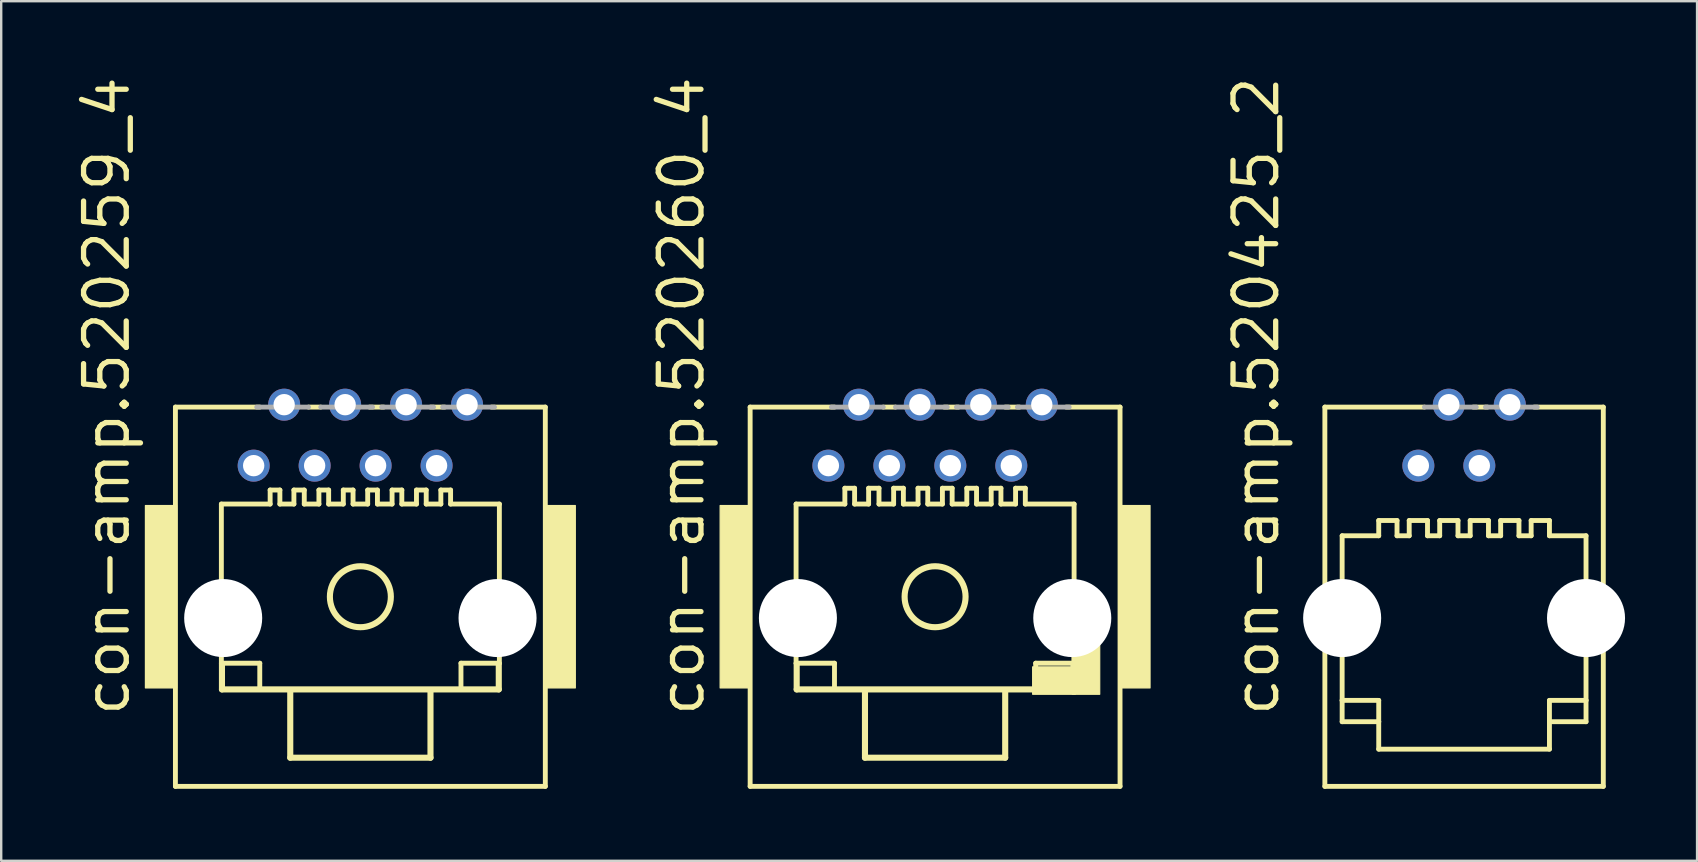
<source format=kicad_pcb>
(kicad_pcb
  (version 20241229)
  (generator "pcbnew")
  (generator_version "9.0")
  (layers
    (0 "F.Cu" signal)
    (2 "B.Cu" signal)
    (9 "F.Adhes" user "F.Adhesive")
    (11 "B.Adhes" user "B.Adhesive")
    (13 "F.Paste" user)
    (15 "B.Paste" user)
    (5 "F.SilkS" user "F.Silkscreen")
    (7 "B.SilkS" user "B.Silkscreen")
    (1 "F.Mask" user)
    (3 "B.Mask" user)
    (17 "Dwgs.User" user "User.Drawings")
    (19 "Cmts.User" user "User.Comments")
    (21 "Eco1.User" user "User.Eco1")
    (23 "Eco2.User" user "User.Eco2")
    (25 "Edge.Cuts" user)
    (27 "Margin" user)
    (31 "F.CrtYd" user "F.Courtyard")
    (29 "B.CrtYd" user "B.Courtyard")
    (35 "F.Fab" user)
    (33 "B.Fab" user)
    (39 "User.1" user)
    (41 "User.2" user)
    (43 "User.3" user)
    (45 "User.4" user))
  (footprint "con-amp.520425_2"
    (layer "F.Cu")
    (at 57.944 21.81)
    (property "Reference" "con-amp.520425_2" (at -7.62 5.08 90) (layer "F.SilkS") (effects (font (size 1.778 1.778) (thickness 0.22)) (justify left bottom)))
    (attr through_hole)
    (fp_line (start -5.8 -7.9) (end -5.8 7.9) (stroke (width 0.203) (type default)) (layer "F.SilkS"))
    (fp_line (start -5.8 7.9) (end 5.8 7.9) (stroke (width 0.203) (type default)) (layer "F.SilkS"))
    (fp_line (start -5.08 -2.54) (end -5.08 4.318) (stroke (width 0.203) (type default)) (layer "F.SilkS"))
    (fp_line (start -5.08 4.318) (end -5.08 5.207) (stroke (width 0.203) (type default)) (layer "F.SilkS"))
    (fp_line (start -5.08 4.318) (end -3.556 4.318) (stroke (width 0.203) (type default)) (layer "F.SilkS"))
    (fp_line (start -5.08 5.207) (end -3.556 5.207) (stroke (width 0.203) (type default)) (layer "F.SilkS"))
    (fp_line (start -3.556 -3.175) (end -3.556 -2.54) (stroke (width 0.203) (type default)) (layer "F.SilkS"))
    (fp_line (start -3.556 -3.175) (end -2.794 -3.175) (stroke (width 0.203) (type default)) (layer "F.SilkS"))
    (fp_line (start -3.556 -2.54) (end -5.08 -2.54) (stroke (width 0.203) (type default)) (layer "F.SilkS"))
    (fp_line (start -3.556 4.318) (end -3.556 5.207) (stroke (width 0.203) (type default)) (layer "F.SilkS"))
    (fp_line (start -3.556 5.207) (end -3.556 6.35) (stroke (width 0.203) (type default)) (layer "F.SilkS"))
    (fp_line (start -3.556 6.35) (end 3.556 6.35) (stroke (width 0.203) (type default)) (layer "F.SilkS"))
    (fp_line (start -2.794 -3.175) (end -2.794 -2.54) (stroke (width 0.203) (type default)) (layer "F.SilkS"))
    (fp_line (start -2.286 -3.175) (end -2.286 -2.54) (stroke (width 0.203) (type default)) (layer "F.SilkS"))
    (fp_line (start -2.286 -3.175) (end -1.524 -3.175) (stroke (width 0.203) (type default)) (layer "F.SilkS"))
    (fp_line (start -2.286 -2.54) (end -2.794 -2.54) (stroke (width 0.203) (type default)) (layer "F.SilkS"))
    (fp_line (start -1.651 -7.9) (end -5.8 -7.9) (stroke (width 0.203) (type default)) (layer "F.SilkS"))
    (fp_line (start -1.524 -3.175) (end -1.524 -2.54) (stroke (width 0.203) (type default)) (layer "F.SilkS"))
    (fp_line (start -1.016 -3.175) (end -1.016 -2.54) (stroke (width 0.203) (type default)) (layer "F.SilkS"))
    (fp_line (start -1.016 -3.175) (end -0.254 -3.175) (stroke (width 0.203) (type default)) (layer "F.SilkS"))
    (fp_line (start -1.016 -2.54) (end -1.524 -2.54) (stroke (width 0.203) (type default)) (layer "F.SilkS"))
    (fp_line (start -0.254 -3.175) (end -0.254 -2.54) (stroke (width 0.203) (type default)) (layer "F.SilkS"))
    (fp_line (start 0.254 -3.175) (end 0.254 -2.54) (stroke (width 0.203) (type default)) (layer "F.SilkS"))
    (fp_line (start 0.254 -3.175) (end 1.016 -3.175) (stroke (width 0.203) (type default)) (layer "F.SilkS"))
    (fp_line (start 0.254 -2.54) (end -0.254 -2.54) (stroke (width 0.203) (type default)) (layer "F.SilkS"))
    (fp_line (start 0.974 -7.9) (end 0.381 -7.9) (stroke (width 0.203) (type default)) (layer "F.SilkS"))
    (fp_line (start 1.016 -3.175) (end 1.016 -2.54) (stroke (width 0.203) (type default)) (layer "F.SilkS"))
    (fp_line (start 1.524 -3.175) (end 1.524 -2.54) (stroke (width 0.203) (type default)) (layer "F.SilkS"))
    (fp_line (start 1.524 -3.175) (end 2.286 -3.175) (stroke (width 0.203) (type default)) (layer "F.SilkS"))
    (fp_line (start 1.524 -2.54) (end 1.016 -2.54) (stroke (width 0.203) (type default)) (layer "F.SilkS"))
    (fp_line (start 2.286 -3.175) (end 2.286 -2.54) (stroke (width 0.203) (type default)) (layer "F.SilkS"))
    (fp_line (start 2.794 -3.175) (end 2.794 -2.54) (stroke (width 0.203) (type default)) (layer "F.SilkS"))
    (fp_line (start 2.794 -3.175) (end 3.556 -3.175) (stroke (width 0.203) (type default)) (layer "F.SilkS"))
    (fp_line (start 2.794 -2.54) (end 2.286 -2.54) (stroke (width 0.203) (type default)) (layer "F.SilkS"))
    (fp_line (start 3.556 -3.175) (end 3.556 -2.54) (stroke (width 0.203) (type default)) (layer "F.SilkS"))
    (fp_line (start 3.556 4.318) (end 3.556 5.207) (stroke (width 0.203) (type default)) (layer "F.SilkS"))
    (fp_line (start 3.556 5.207) (end 3.556 6.35) (stroke (width 0.203) (type default)) (layer "F.SilkS"))
    (fp_line (start 5.08 -2.54) (end 3.556 -2.54) (stroke (width 0.203) (type default)) (layer "F.SilkS"))
    (fp_line (start 5.08 4.318) (end 3.556 4.318) (stroke (width 0.203) (type default)) (layer "F.SilkS"))
    (fp_line (start 5.08 4.318) (end 5.08 -2.54) (stroke (width 0.203) (type default)) (layer "F.SilkS"))
    (fp_line (start 5.08 5.207) (end 3.556 5.207) (stroke (width 0.203) (type default)) (layer "F.SilkS"))
    (fp_line (start 5.08 5.207) (end 5.08 4.318) (stroke (width 0.203) (type default)) (layer "F.SilkS"))
    (fp_line (start 5.8 -7.9) (end 2.921 -7.9) (stroke (width 0.203) (type default)) (layer "F.SilkS"))
    (fp_line (start 5.8 7.9) (end 5.8 -7.9) (stroke (width 0.203) (type default)) (layer "F.SilkS"))
    (fp_line (start 0.508 -7.9) (end -1.651 -7.9) (stroke (width 0.203) (type default)) (layer "F.Fab"))
    (fp_line (start 3.048 -7.9) (end 0.889 -7.9) (stroke (width 0.203) (type default)) (layer "F.Fab"))
    (pad "" np_thru_hole circle (at -5.08 0.889) (size 3.251 3.251) (drill 3.251) (layers "*.Cu" "*.Mask"))
    (pad "" np_thru_hole circle (at 5.08 0.889) (size 3.251 3.251) (drill 3.251) (layers "*.Cu" "*.Mask"))
    (pad "1" thru_hole circle (at -1.905 -5.461) (size 1.333 1.333) (drill 0.889) (layers "*.Cu" "*.Mask"))
    (pad "2" thru_hole circle (at -0.635 -8.001) (size 1.333 1.333) (drill 0.889) (layers "*.Cu" "*.Mask"))
    (pad "3" thru_hole circle (at 0.635 -5.461) (size 1.333 1.333) (drill 0.889) (layers "*.Cu" "*.Mask"))
    (pad "4" thru_hole circle (at 1.905 -8.001) (size 1.333 1.333) (drill 0.889) (layers "*.Cu" "*.Mask")))
  (footprint "con-amp.520259_4"
    (layer "F.Cu")
    (at 11.963 21.81)
    (property "Reference" "con-amp.520259_4" (at -9.525 5.08 90) (layer "F.SilkS") (effects (font (size 1.778 1.778) (thickness 0.22)) (justify left bottom)))
    (attr through_hole)
    (fp_line (start -7.705 -7.9) (end -7.705 7.9) (stroke (width 0.203) (type default)) (layer "F.SilkS"))
    (fp_line (start -7.705 7.9) (end 7.705 7.9) (stroke (width 0.203) (type default)) (layer "F.SilkS"))
    (fp_line (start -5.791 -3.861) (end -5.791 2.769) (stroke (width 0.203) (type default)) (layer "F.SilkS"))
    (fp_line (start -5.791 2.769) (end -4.191 2.769) (stroke (width 0.203) (type default)) (layer "F.SilkS"))
    (fp_line (start -5.766 3.861) (end -5.766 2.794) (stroke (width 0.254) (type default)) (layer "F.SilkS"))
    (fp_line (start -4.191 -7.9) (end -7.705 -7.9) (stroke (width 0.203) (type default)) (layer "F.SilkS"))
    (fp_line (start -4.191 2.769) (end -4.191 3.861) (stroke (width 0.203) (type default)) (layer "F.SilkS"))
    (fp_line (start -3.759 -4.445) (end -3.759 -3.861) (stroke (width 0.203) (type default)) (layer "F.SilkS"))
    (fp_line (start -3.759 -4.445) (end -3.353 -4.445) (stroke (width 0.203) (type default)) (layer "F.SilkS"))
    (fp_line (start -3.759 -3.861) (end -5.791 -3.861) (stroke (width 0.203) (type default)) (layer "F.SilkS"))
    (fp_line (start -3.353 -4.445) (end -3.353 -3.861) (stroke (width 0.203) (type default)) (layer "F.SilkS"))
    (fp_line (start -2.921 3.912) (end -2.921 6.706) (stroke (width 0.254) (type default)) (layer "F.SilkS"))
    (fp_line (start -2.921 6.706) (end 2.921 6.706) (stroke (width 0.254) (type default)) (layer "F.SilkS"))
    (fp_line (start -2.769 -4.445) (end -2.769 -3.861) (stroke (width 0.203) (type default)) (layer "F.SilkS"))
    (fp_line (start -2.769 -4.445) (end -2.337 -4.445) (stroke (width 0.203) (type default)) (layer "F.SilkS"))
    (fp_line (start -2.769 -3.861) (end -3.353 -3.861) (stroke (width 0.203) (type default)) (layer "F.SilkS"))
    (fp_line (start -2.337 -4.445) (end -2.337 -3.861) (stroke (width 0.203) (type default)) (layer "F.SilkS"))
    (fp_line (start -1.727 -4.445) (end -1.727 -3.861) (stroke (width 0.203) (type default)) (layer "F.SilkS"))
    (fp_line (start -1.727 -4.445) (end -1.321 -4.445) (stroke (width 0.203) (type default)) (layer "F.SilkS"))
    (fp_line (start -1.727 -3.861) (end -2.337 -3.861) (stroke (width 0.203) (type default)) (layer "F.SilkS"))
    (fp_line (start -1.651 -7.9) (end -2.159 -7.9) (stroke (width 0.203) (type default)) (layer "F.SilkS"))
    (fp_line (start -1.321 -4.445) (end -1.321 -3.861) (stroke (width 0.203) (type default)) (layer "F.SilkS"))
    (fp_line (start -0.711 -4.445) (end -0.711 -3.861) (stroke (width 0.203) (type default)) (layer "F.SilkS"))
    (fp_line (start -0.711 -4.445) (end -0.305 -4.445) (stroke (width 0.203) (type default)) (layer "F.SilkS"))
    (fp_line (start -0.711 -3.861) (end -1.321 -3.861) (stroke (width 0.203) (type default)) (layer "F.SilkS"))
    (fp_line (start -0.305 -4.445) (end -0.305 -3.861) (stroke (width 0.203) (type default)) (layer "F.SilkS"))
    (fp_line (start 0.305 -4.445) (end 0.305 -3.861) (stroke (width 0.203) (type default)) (layer "F.SilkS"))
    (fp_line (start 0.305 -4.445) (end 0.711 -4.445) (stroke (width 0.203) (type default)) (layer "F.SilkS"))
    (fp_line (start 0.305 -3.861) (end -0.305 -3.861) (stroke (width 0.203) (type default)) (layer "F.SilkS"))
    (fp_line (start 0.711 -4.445) (end 0.711 -3.861) (stroke (width 0.203) (type default)) (layer "F.SilkS"))
    (fp_line (start 0.974 -7.9) (end 0.381 -7.9) (stroke (width 0.203) (type default)) (layer "F.SilkS"))
    (fp_line (start 1.321 -4.445) (end 1.321 -3.861) (stroke (width 0.203) (type default)) (layer "F.SilkS"))
    (fp_line (start 1.321 -4.445) (end 1.727 -4.445) (stroke (width 0.203) (type default)) (layer "F.SilkS"))
    (fp_line (start 1.321 -3.861) (end 0.711 -3.861) (stroke (width 0.203) (type default)) (layer "F.SilkS"))
    (fp_line (start 1.727 -4.445) (end 1.727 -3.861) (stroke (width 0.203) (type default)) (layer "F.SilkS"))
    (fp_line (start 2.337 -4.445) (end 2.337 -3.861) (stroke (width 0.203) (type default)) (layer "F.SilkS"))
    (fp_line (start 2.337 -4.445) (end 2.743 -4.445) (stroke (width 0.203) (type default)) (layer "F.SilkS"))
    (fp_line (start 2.337 -3.861) (end 1.727 -3.861) (stroke (width 0.203) (type default)) (layer "F.SilkS"))
    (fp_line (start 2.743 -4.445) (end 2.743 -3.861) (stroke (width 0.203) (type default)) (layer "F.SilkS"))
    (fp_line (start 2.921 6.706) (end 2.921 3.912) (stroke (width 0.254) (type default)) (layer "F.SilkS"))
    (fp_line (start 3.353 -4.445) (end 3.353 -3.861) (stroke (width 0.203) (type default)) (layer "F.SilkS"))
    (fp_line (start 3.353 -4.445) (end 3.759 -4.445) (stroke (width 0.203) (type default)) (layer "F.SilkS"))
    (fp_line (start 3.353 -3.861) (end 2.743 -3.861) (stroke (width 0.203) (type default)) (layer "F.SilkS"))
    (fp_line (start 3.514 -7.9) (end 2.921 -7.9) (stroke (width 0.203) (type default)) (layer "F.SilkS"))
    (fp_line (start 3.759 -4.445) (end 3.759 -3.861) (stroke (width 0.203) (type default)) (layer "F.SilkS"))
    (fp_line (start 4.191 2.769) (end 4.191 3.861) (stroke (width 0.203) (type default)) (layer "F.SilkS"))
    (fp_line (start 5.766 2.819) (end 5.766 3.861) (stroke (width 0.254) (type default)) (layer "F.SilkS"))
    (fp_line (start 5.766 3.861) (end -5.766 3.861) (stroke (width 0.254) (type default)) (layer "F.SilkS"))
    (fp_line (start 5.791 -3.861) (end 3.759 -3.861) (stroke (width 0.203) (type default)) (layer "F.SilkS"))
    (fp_line (start 5.791 -3.861) (end 5.791 2.769) (stroke (width 0.203) (type default)) (layer "F.SilkS"))
    (fp_line (start 5.791 2.769) (end 4.191 2.769) (stroke (width 0.203) (type default)) (layer "F.SilkS"))
    (fp_line (start 7.705 -7.9) (end 5.461 -7.9) (stroke (width 0.203) (type default)) (layer "F.SilkS"))
    (fp_line (start 7.705 7.9) (end 7.705 -7.9) (stroke (width 0.203) (type default)) (layer "F.SilkS"))
    (fp_rect (start -8.955 3.8) (end -7.655 -3.8) (stroke (width 0.05) (type default)) (fill yes) (layer "F.SilkS"))
    (fp_rect (start 7.655 3.8) (end 8.955 -3.8) (stroke (width 0.05) (type default)) (fill yes) (layer "F.SilkS"))
    (fp_circle (center 0 0) (end 1.27 0) (stroke (width 0.254) (type default)) (fill no) (layer "F.SilkS"))
    (fp_line (start -2.159 -7.9) (end -4.318 -7.9) (stroke (width 0.203) (type default)) (layer "F.Fab"))
    (fp_line (start 0.508 -7.9) (end -1.651 -7.9) (stroke (width 0.203) (type default)) (layer "F.Fab"))
    (fp_line (start 3.048 -7.9) (end 0.889 -7.9) (stroke (width 0.203) (type default)) (layer "F.Fab"))
    (fp_line (start 5.588 -7.9) (end 3.429 -7.9) (stroke (width 0.203) (type default)) (layer "F.Fab"))
    (pad "" np_thru_hole circle (at -5.715 0.889) (size 3.251 3.251) (drill 3.251) (layers "*.Cu" "*.Mask"))
    (pad "" np_thru_hole circle (at 5.715 0.889) (size 3.251 3.251) (drill 3.251) (layers "*.Cu" "*.Mask"))
    (pad "1" thru_hole circle (at -4.445 -5.461) (size 1.333 1.333) (drill 0.889) (layers "*.Cu" "*.Mask"))
    (pad "2" thru_hole circle (at -3.175 -8.001) (size 1.333 1.333) (drill 0.889) (layers "*.Cu" "*.Mask"))
    (pad "3" thru_hole circle (at -1.905 -5.461) (size 1.333 1.333) (drill 0.889) (layers "*.Cu" "*.Mask"))
    (pad "4" thru_hole circle (at -0.635 -8.001) (size 1.333 1.333) (drill 0.889) (layers "*.Cu" "*.Mask"))
    (pad "5" thru_hole circle (at 0.635 -5.461) (size 1.333 1.333) (drill 0.889) (layers "*.Cu" "*.Mask"))
    (pad "6" thru_hole circle (at 1.905 -8.001) (size 1.333 1.333) (drill 0.889) (layers "*.Cu" "*.Mask"))
    (pad "7" thru_hole circle (at 3.175 -5.461) (size 1.333 1.333) (drill 0.889) (layers "*.Cu" "*.Mask"))
    (pad "8" thru_hole circle (at 4.445 -8.001) (size 1.333 1.333) (drill 0.889) (layers "*.Cu" "*.Mask")))
  (footprint "con-amp.520260_4"
    (layer "F.Cu")
    (at 35.906 21.81)
    (property "Reference" "con-amp.520260_4" (at -9.525 5.08 90) (layer "F.SilkS") (effects (font (size 1.778 1.778) (thickness 0.22)) (justify left bottom)))
    (attr through_hole)
    (fp_line (start -7.705 -7.9) (end -7.705 7.9) (stroke (width 0.203) (type default)) (layer "F.SilkS"))
    (fp_line (start -7.705 7.9) (end 7.705 7.9) (stroke (width 0.203) (type default)) (layer "F.SilkS"))
    (fp_line (start -5.791 -3.861) (end -5.791 2.769) (stroke (width 0.203) (type default)) (layer "F.SilkS"))
    (fp_line (start -5.791 2.769) (end -4.191 2.769) (stroke (width 0.203) (type default)) (layer "F.SilkS"))
    (fp_line (start -5.766 3.861) (end -5.766 2.794) (stroke (width 0.254) (type default)) (layer "F.SilkS"))
    (fp_line (start -4.191 -7.9) (end -7.705 -7.9) (stroke (width 0.203) (type default)) (layer "F.SilkS"))
    (fp_line (start -4.191 2.769) (end -4.191 3.861) (stroke (width 0.203) (type default)) (layer "F.SilkS"))
    (fp_line (start -3.759 -4.521) (end -3.759 -3.861) (stroke (width 0.203) (type default)) (layer "F.SilkS"))
    (fp_line (start -3.759 -4.521) (end -3.353 -4.521) (stroke (width 0.203) (type default)) (layer "F.SilkS"))
    (fp_line (start -3.759 -3.861) (end -5.791 -3.861) (stroke (width 0.203) (type default)) (layer "F.SilkS"))
    (fp_line (start -3.353 -4.521) (end -3.353 -3.861) (stroke (width 0.203) (type default)) (layer "F.SilkS"))
    (fp_line (start -2.921 3.912) (end -2.921 6.706) (stroke (width 0.254) (type default)) (layer "F.SilkS"))
    (fp_line (start -2.921 6.706) (end 2.921 6.706) (stroke (width 0.254) (type default)) (layer "F.SilkS"))
    (fp_line (start -2.769 -4.521) (end -2.769 -3.861) (stroke (width 0.203) (type default)) (layer "F.SilkS"))
    (fp_line (start -2.769 -4.521) (end -2.337 -4.521) (stroke (width 0.203) (type default)) (layer "F.SilkS"))
    (fp_line (start -2.769 -3.861) (end -3.353 -3.861) (stroke (width 0.203) (type default)) (layer "F.SilkS"))
    (fp_line (start -2.337 -4.521) (end -2.337 -3.861) (stroke (width 0.203) (type default)) (layer "F.SilkS"))
    (fp_line (start -1.727 -4.521) (end -1.727 -3.861) (stroke (width 0.203) (type default)) (layer "F.SilkS"))
    (fp_line (start -1.727 -4.521) (end -1.321 -4.521) (stroke (width 0.203) (type default)) (layer "F.SilkS"))
    (fp_line (start -1.727 -3.861) (end -2.337 -3.861) (stroke (width 0.203) (type default)) (layer "F.SilkS"))
    (fp_line (start -1.651 -7.9) (end -2.159 -7.9) (stroke (width 0.203) (type default)) (layer "F.SilkS"))
    (fp_line (start -1.321 -4.521) (end -1.321 -3.861) (stroke (width 0.203) (type default)) (layer "F.SilkS"))
    (fp_line (start -0.711 -4.521) (end -0.711 -3.861) (stroke (width 0.203) (type default)) (layer "F.SilkS"))
    (fp_line (start -0.711 -4.521) (end -0.305 -4.521) (stroke (width 0.203) (type default)) (layer "F.SilkS"))
    (fp_line (start -0.711 -3.861) (end -1.321 -3.861) (stroke (width 0.203) (type default)) (layer "F.SilkS"))
    (fp_line (start -0.305 -4.521) (end -0.305 -3.861) (stroke (width 0.203) (type default)) (layer "F.SilkS"))
    (fp_line (start 0.305 -4.521) (end 0.305 -3.861) (stroke (width 0.203) (type default)) (layer "F.SilkS"))
    (fp_line (start 0.305 -4.521) (end 0.711 -4.521) (stroke (width 0.203) (type default)) (layer "F.SilkS"))
    (fp_line (start 0.305 -3.861) (end -0.305 -3.861) (stroke (width 0.203) (type default)) (layer "F.SilkS"))
    (fp_line (start 0.711 -4.521) (end 0.711 -3.861) (stroke (width 0.203) (type default)) (layer "F.SilkS"))
    (fp_line (start 0.974 -7.9) (end 0.381 -7.9) (stroke (width 0.203) (type default)) (layer "F.SilkS"))
    (fp_line (start 1.321 -4.521) (end 1.321 -3.861) (stroke (width 0.203) (type default)) (layer "F.SilkS"))
    (fp_line (start 1.321 -4.521) (end 1.727 -4.521) (stroke (width 0.203) (type default)) (layer "F.SilkS"))
    (fp_line (start 1.321 -3.861) (end 0.711 -3.861) (stroke (width 0.203) (type default)) (layer "F.SilkS"))
    (fp_line (start 1.727 -4.521) (end 1.727 -3.861) (stroke (width 0.203) (type default)) (layer "F.SilkS"))
    (fp_line (start 2.337 -4.521) (end 2.337 -3.861) (stroke (width 0.203) (type default)) (layer "F.SilkS"))
    (fp_line (start 2.337 -4.521) (end 2.743 -4.521) (stroke (width 0.203) (type default)) (layer "F.SilkS"))
    (fp_line (start 2.337 -3.861) (end 1.727 -3.861) (stroke (width 0.203) (type default)) (layer "F.SilkS"))
    (fp_line (start 2.743 -4.521) (end 2.743 -3.861) (stroke (width 0.203) (type default)) (layer "F.SilkS"))
    (fp_line (start 2.921 6.706) (end 2.921 3.912) (stroke (width 0.254) (type default)) (layer "F.SilkS"))
    (fp_line (start 3.353 -4.521) (end 3.353 -3.861) (stroke (width 0.203) (type default)) (layer "F.SilkS"))
    (fp_line (start 3.353 -4.521) (end 3.759 -4.521) (stroke (width 0.203) (type default)) (layer "F.SilkS"))
    (fp_line (start 3.353 -3.861) (end 2.743 -3.861) (stroke (width 0.203) (type default)) (layer "F.SilkS"))
    (fp_line (start 3.514 -7.9) (end 2.921 -7.9) (stroke (width 0.203) (type default)) (layer "F.SilkS"))
    (fp_line (start 3.759 -4.521) (end 3.759 -3.861) (stroke (width 0.203) (type default)) (layer "F.SilkS"))
    (fp_line (start 4.191 2.769) (end 4.191 3.861) (stroke (width 0.203) (type default)) (layer "F.SilkS"))
    (fp_line (start 5.766 2.819) (end 5.766 3.861) (stroke (width 0.254) (type default)) (layer "F.SilkS"))
    (fp_line (start 5.766 3.861) (end -5.766 3.861) (stroke (width 0.254) (type default)) (layer "F.SilkS"))
    (fp_line (start 5.791 -3.861) (end 3.759 -3.861) (stroke (width 0.203) (type default)) (layer "F.SilkS"))
    (fp_line (start 5.791 -3.861) (end 5.791 2.769) (stroke (width 0.203) (type default)) (layer "F.SilkS"))
    (fp_line (start 5.791 2.769) (end 4.191 2.769) (stroke (width 0.203) (type default)) (layer "F.SilkS"))
    (fp_line (start 7.705 -7.9) (end 5.461 -7.9) (stroke (width 0.203) (type default)) (layer "F.SilkS"))
    (fp_line (start 7.705 7.9) (end 7.705 -7.9) (stroke (width 0.203) (type default)) (layer "F.SilkS"))
    (fp_rect (start -8.955 3.8) (end -7.655 -3.8) (stroke (width 0.05) (type default)) (fill yes) (layer "F.SilkS"))
    (fp_rect (start 4.064 4.064) (end 5.842 2.921) (stroke (width 0.05) (type default)) (fill yes) (layer "F.SilkS"))
    (fp_rect (start 5.715 4.064) (end 6.858 1.778) (stroke (width 0.05) (type default)) (fill yes) (layer "F.SilkS"))
    (fp_rect (start 7.655 3.8) (end 8.955 -3.8) (stroke (width 0.05) (type default)) (fill yes) (layer "F.SilkS"))
    (fp_circle (center 0 0) (end 1.27 0) (stroke (width 0.254) (type default)) (fill no) (layer "F.SilkS"))
    (fp_line (start -2.159 -7.9) (end -4.318 -7.9) (stroke (width 0.203) (type default)) (layer "F.Fab"))
    (fp_line (start 0.508 -7.9) (end -1.651 -7.9) (stroke (width 0.203) (type default)) (layer "F.Fab"))
    (fp_line (start 3.048 -7.9) (end 0.889 -7.9) (stroke (width 0.203) (type default)) (layer "F.Fab"))
    (fp_line (start 5.588 -7.9) (end 3.429 -7.9) (stroke (width 0.203) (type default)) (layer "F.Fab"))
    (pad "" np_thru_hole circle (at -5.715 0.889) (size 3.251 3.251) (drill 3.251) (layers "*.Cu" "*.Mask"))
    (pad "" np_thru_hole circle (at 5.715 0.889) (size 3.251 3.251) (drill 3.251) (layers "*.Cu" "*.Mask"))
    (pad "1" thru_hole circle (at -4.445 -5.461) (size 1.333 1.333) (drill 0.889) (layers "*.Cu" "*.Mask"))
    (pad "2" thru_hole circle (at -3.175 -8.001) (size 1.333 1.333) (drill 0.889) (layers "*.Cu" "*.Mask"))
    (pad "3" thru_hole circle (at -1.905 -5.461) (size 1.333 1.333) (drill 0.889) (layers "*.Cu" "*.Mask"))
    (pad "4" thru_hole circle (at -0.635 -8.001) (size 1.333 1.333) (drill 0.889) (layers "*.Cu" "*.Mask"))
    (pad "5" thru_hole circle (at 0.635 -5.461) (size 1.333 1.333) (drill 0.889) (layers "*.Cu" "*.Mask"))
    (pad "6" thru_hole circle (at 1.905 -8.001) (size 1.333 1.333) (drill 0.889) (layers "*.Cu" "*.Mask"))
    (pad "7" thru_hole circle (at 3.175 -5.461) (size 1.333 1.333) (drill 0.889) (layers "*.Cu" "*.Mask"))
    (pad "8" thru_hole circle (at 4.445 -8.001) (size 1.333 1.333) (drill 0.889) (layers "*.Cu" "*.Mask")))
  (gr_rect
    (start -3 -3)
    (end 67.65 32.811)
    (stroke (width 0.1) (type default))
    (fill no)
    (layer "Edge.Cuts")))
</source>
